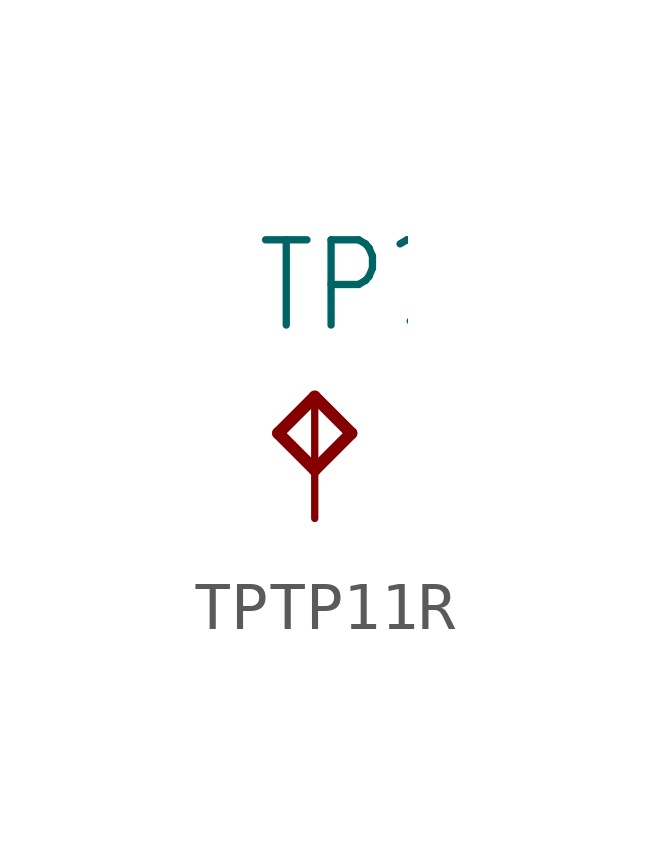
<source format=kicad_sym>
(kicad_symbol_lib
  (version 20241209)
  (generator "kicad_symbol_editor")
  (generator_version "9.0")
  (symbol "TPTP11R"
    (property "Reference" "TP"
      (at -1.27 1.27 0)
      (effects (font (size 1.778 1.511)) (justify left bottom)))
    (property "ki_locked" ""
      (at 0 0 0)
      (effects (font (size 1.27 1.27))))
    (symbol "TPTP11R_1_0"
      (polyline (pts (xy -0.762 -0.762) (xy 0 0)) (stroke (width 0.254) (type solid)) (fill (type none)))
      (polyline (pts (xy 0 0) (xy 0.762 -0.762)) (stroke (width 0.254) (type solid)) (fill (type none)))
      (polyline (pts (xy 0 -1.524) (xy -0.762 -0.762)) (stroke (width 0.254) (type solid)) (fill (type none)))
      (polyline (pts (xy 0.762 -0.762) (xy 0 -1.524)) (stroke (width 0.254) (type solid)) (fill (type none)))
      (pin input line (at 0 -2.54 90) (length 2.54) (name "TP" (effects (font (size 0 0)))) (number "TP" (effects (font (size 0 0))))))))
</source>
